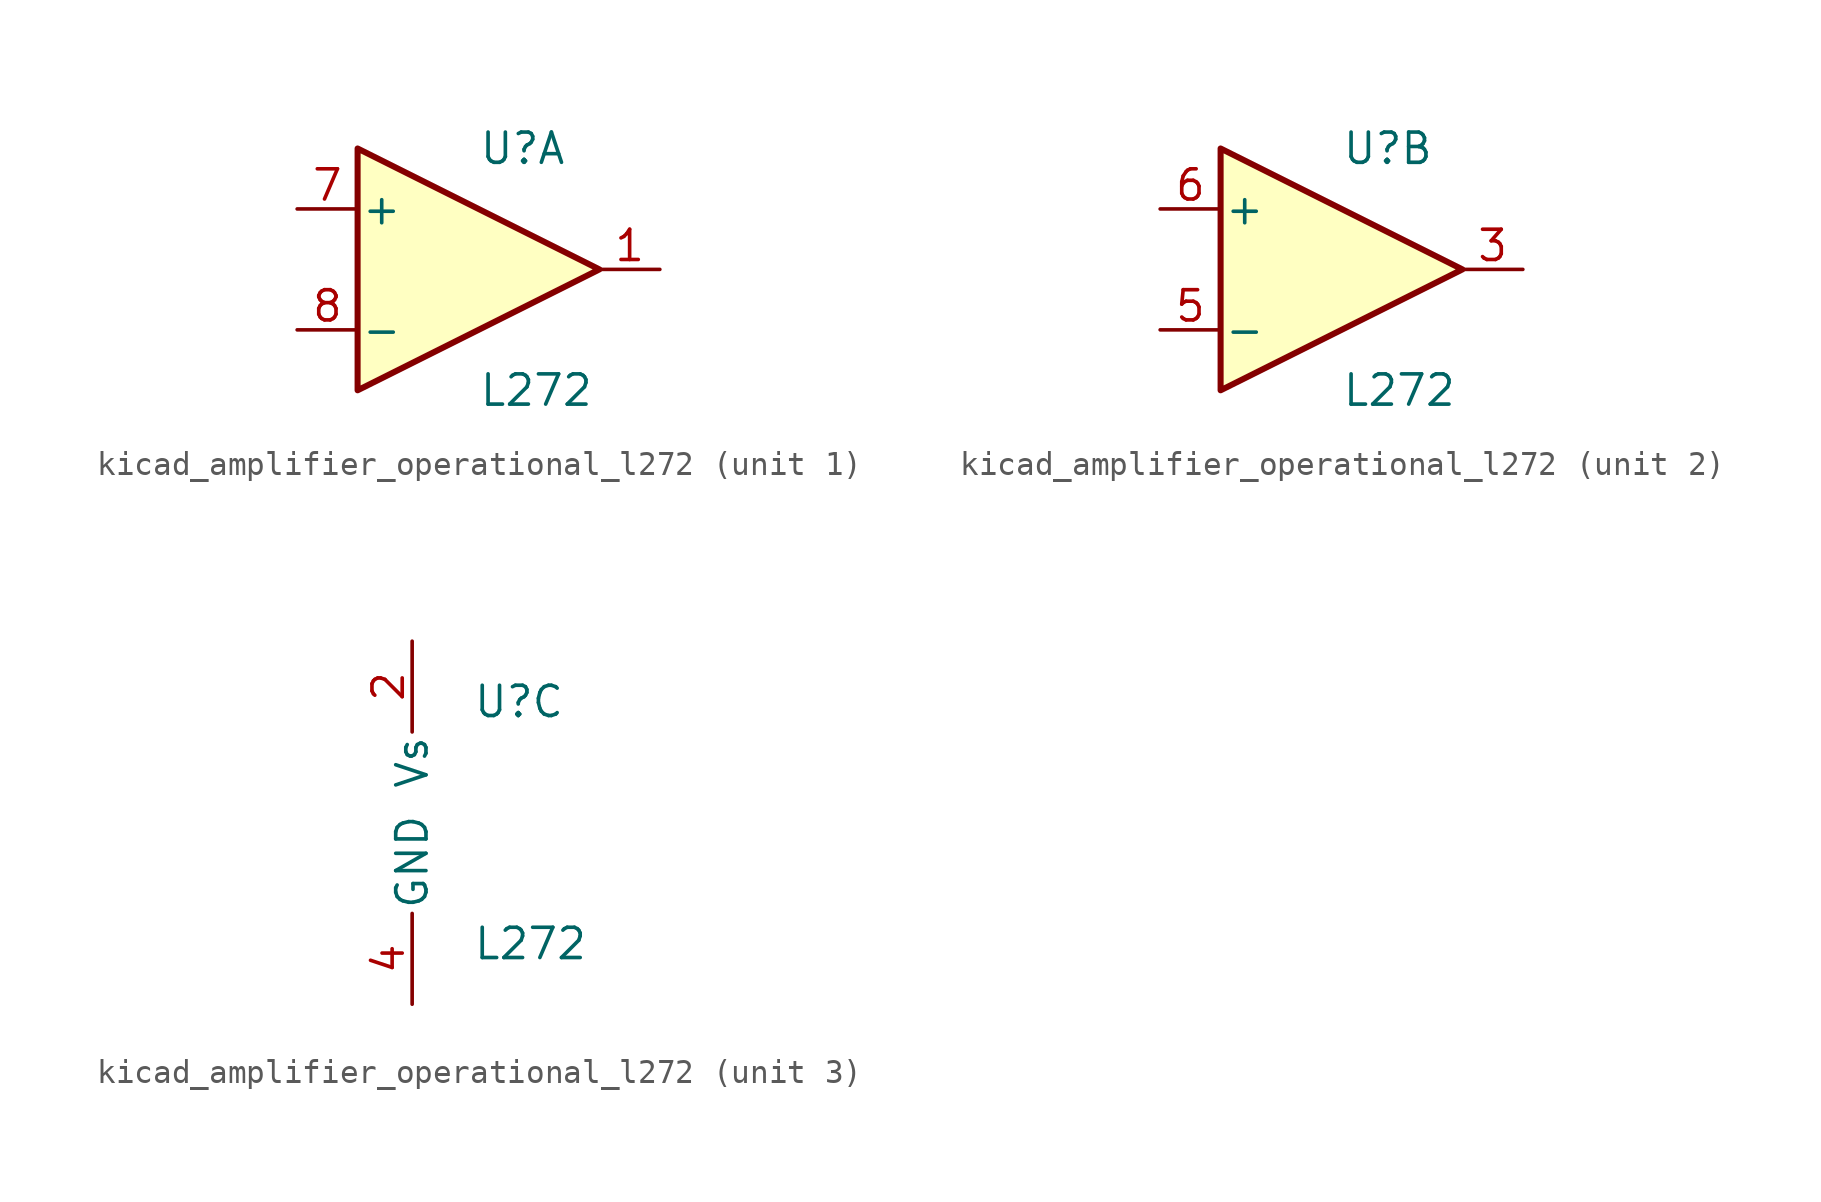
<source format=kicad_sym>
(kicad_symbol_lib
  (version 20220914)
  (generator kicad_symbol_editor)
  (symbol "kicad_amplifier_operational_l272"
    (pin_names
      (offset 0.127))
    (property "Reference" "U"
      (at 0 5.08 0)
      (effects (font (size 1.27 1.27)) (justify left)))
    (property "Value" "L272"
      (at 0 -5.08 0)
      (effects (font (size 1.27 1.27)) (justify left)))
    (property "ki_locked" ""
      (at 0 0 0)
      (effects (font (size 1.27 1.27))))
    (symbol "kicad_amplifier_operational_l272_1_1"
      (polyline (pts (xy -5.08 5.08) (xy 5.08 0) (xy -5.08 -5.08) (xy -5.08 5.08)) (stroke (width 0.254) (type default)) (fill (type background)))
      (pin output line (at 7.62 0 180) (length 2.54) (name "~" (effects (font (size 1.27 1.27)))) (number "1" (effects (font (size 1.27 1.27)))))
      (pin input line (at -7.62 2.54 0) (length 2.54) (name "+" (effects (font (size 1.27 1.27)))) (number "7" (effects (font (size 1.27 1.27)))))
      (pin input line (at -7.62 -2.54 0) (length 2.54) (name "-" (effects (font (size 1.27 1.27)))) (number "8" (effects (font (size 1.27 1.27))))))
    (symbol "kicad_amplifier_operational_l272_2_1"
      (polyline (pts (xy -5.08 5.08) (xy 5.08 0) (xy -5.08 -5.08) (xy -5.08 5.08)) (stroke (width 0.254) (type default)) (fill (type background)))
      (pin output line (at 7.62 0 180) (length 2.54) (name "~" (effects (font (size 1.27 1.27)))) (number "3" (effects (font (size 1.27 1.27)))))
      (pin input line (at -7.62 -2.54 0) (length 2.54) (name "-" (effects (font (size 1.27 1.27)))) (number "5" (effects (font (size 1.27 1.27)))))
      (pin input line (at -7.62 2.54 0) (length 2.54) (name "+" (effects (font (size 1.27 1.27)))) (number "6" (effects (font (size 1.27 1.27))))))
    (symbol "kicad_amplifier_operational_l272_3_1"
      (pin passive line (at -2.54 -7.62 90) (length 3.81) hide (name "GND" (effects (font (size 1.27 1.27)))) (number "10" (effects (font (size 1.27 1.27)))))
      (pin passive line (at -2.54 -7.62 90) (length 3.81) hide (name "GND" (effects (font (size 1.27 1.27)))) (number "11" (effects (font (size 1.27 1.27)))))
      (pin passive line (at -2.54 -7.62 90) (length 3.81) hide (name "GND" (effects (font (size 1.27 1.27)))) (number "12" (effects (font (size 1.27 1.27)))))
      (pin passive line (at -2.54 -7.62 90) (length 3.81) hide (name "GND" (effects (font (size 1.27 1.27)))) (number "13" (effects (font (size 1.27 1.27)))))
      (pin passive line (at -2.54 -7.62 90) (length 3.81) hide (name "GND" (effects (font (size 1.27 1.27)))) (number "14" (effects (font (size 1.27 1.27)))))
      (pin passive line (at -2.54 -7.62 90) (length 3.81) hide (name "GND" (effects (font (size 1.27 1.27)))) (number "15" (effects (font (size 1.27 1.27)))))
      (pin passive line (at -2.54 -7.62 90) (length 3.81) hide (name "GND" (effects (font (size 1.27 1.27)))) (number "16" (effects (font (size 1.27 1.27)))))
      (pin power_in line (at -2.54 7.62 270) (length 3.81) (name "Vs" (effects (font (size 1.27 1.27)))) (number "2" (effects (font (size 1.27 1.27)))))
      (pin power_in line (at -2.54 -7.62 90) (length 3.81) (name "GND" (effects (font (size 1.27 1.27)))) (number "4" (effects (font (size 1.27 1.27)))))
      (pin passive line (at -2.54 -7.62 90) (length 3.81) hide (name "GND" (effects (font (size 1.27 1.27)))) (number "9" (effects (font (size 1.27 1.27))))))))
</source>
